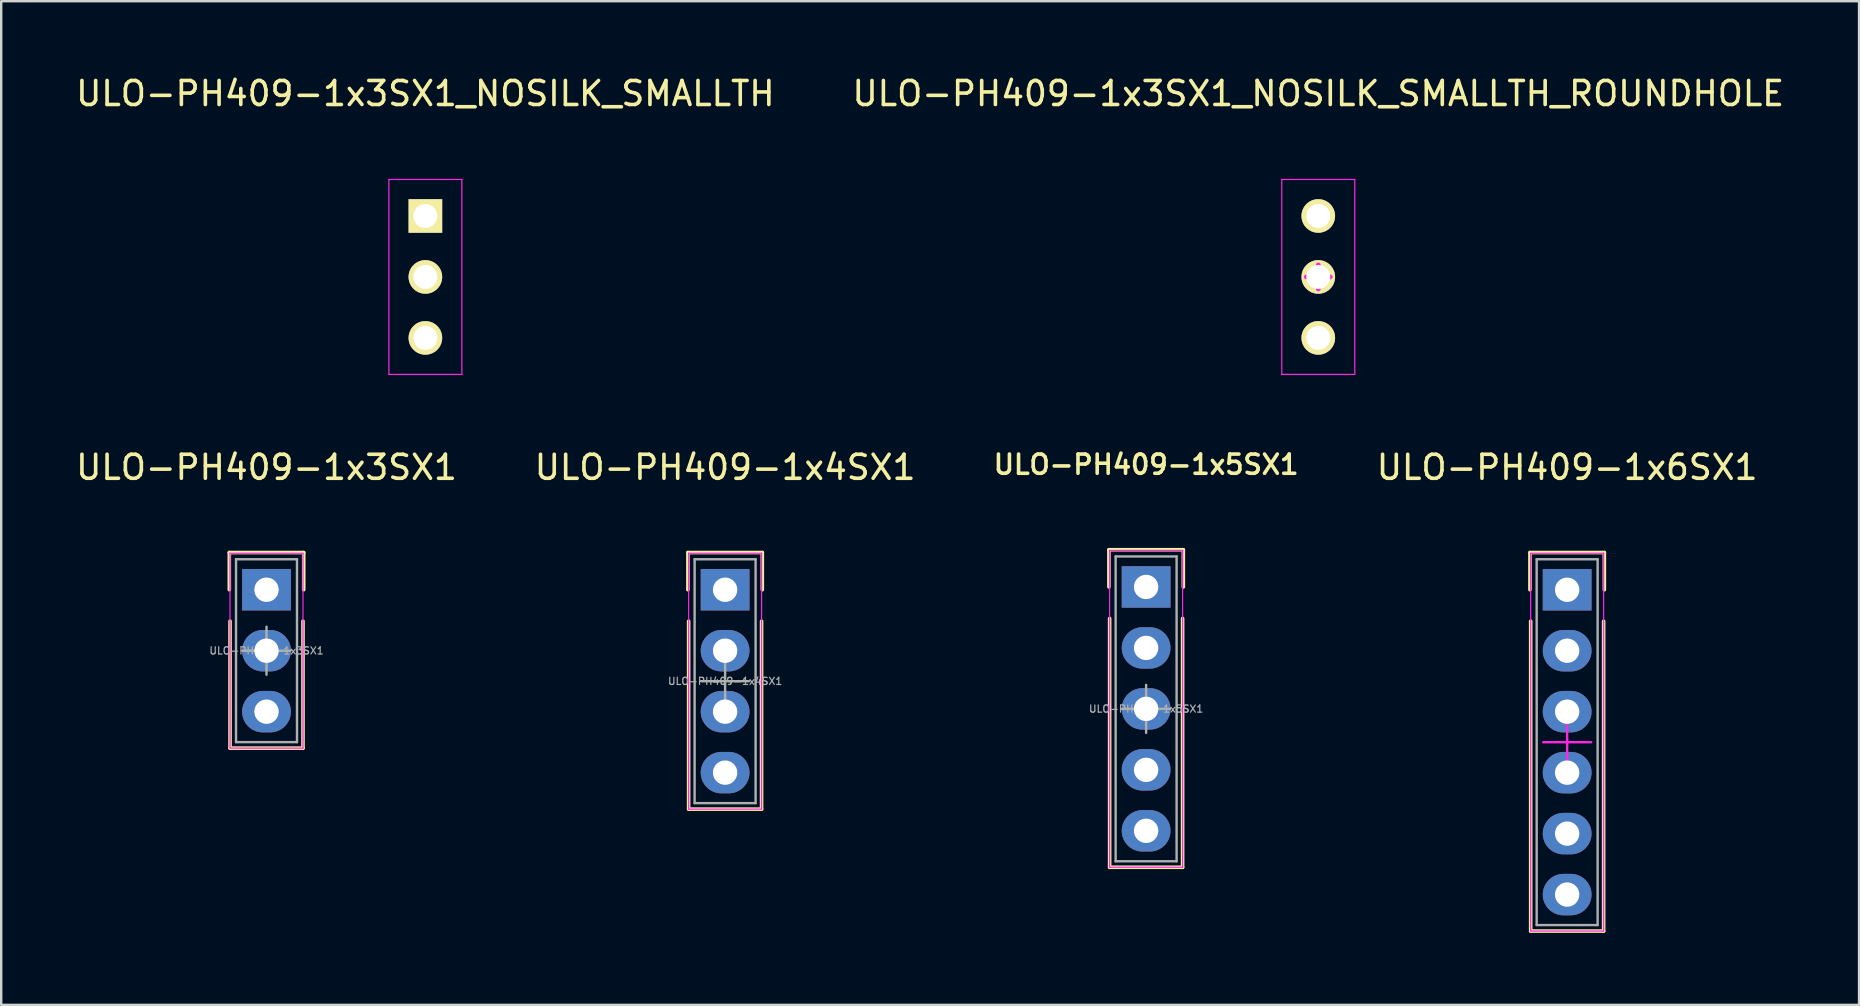
<source format=kicad_pcb>
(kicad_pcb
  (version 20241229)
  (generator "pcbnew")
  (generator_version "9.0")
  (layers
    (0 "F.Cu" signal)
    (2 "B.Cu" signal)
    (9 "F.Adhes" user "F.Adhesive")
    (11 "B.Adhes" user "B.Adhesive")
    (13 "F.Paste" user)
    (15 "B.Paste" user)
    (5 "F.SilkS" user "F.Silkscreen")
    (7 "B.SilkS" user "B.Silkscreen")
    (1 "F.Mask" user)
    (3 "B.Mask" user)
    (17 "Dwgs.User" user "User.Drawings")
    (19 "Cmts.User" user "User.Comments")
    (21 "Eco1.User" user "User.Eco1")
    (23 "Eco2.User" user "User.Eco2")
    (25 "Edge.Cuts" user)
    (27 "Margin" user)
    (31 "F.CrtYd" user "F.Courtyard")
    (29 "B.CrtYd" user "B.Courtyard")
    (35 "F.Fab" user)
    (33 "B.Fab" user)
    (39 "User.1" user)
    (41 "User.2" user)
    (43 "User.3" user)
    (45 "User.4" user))
  (footprint "ULO-PH409-1x5SX1"
    (layer "F.Cu")
    (at 44.702 26.485)
    (property "Reference" "ULO-PH409-1x5SX1" (at 0 -10.18 0) (layer "F.SilkS") (effects (font (size 0.8 0.8) (thickness 0.15))))
    (attr through_hole)
    (fp_line (start -1.55 -6.63) (end 1.55 -6.63) (stroke (width 0.15) (type solid)) (layer "F.SilkS"))
    (fp_line (start -1.55 -5.08) (end -1.55 -6.63) (stroke (width 0.15) (type solid)) (layer "F.SilkS"))
    (fp_line (start -1.52 -3.77) (end -1.52 6.6) (stroke (width 0.15) (type solid)) (layer "F.SilkS"))
    (fp_line (start 1.52 -3.77) (end 1.52 6.6) (stroke (width 0.15) (type solid)) (layer "F.SilkS"))
    (fp_line (start 1.52 6.6) (end -1.52 6.6) (stroke (width 0.15) (type solid)) (layer "F.SilkS"))
    (fp_line (start 1.55 -6.63) (end 1.55 -5.08) (stroke (width 0.15) (type solid)) (layer "F.SilkS"))
    (fp_line (start -1.52 -6.6) (end -1.52 6.6) (stroke (width 0.05) (type solid)) (layer "F.CrtYd"))
    (fp_line (start -1.52 -6.6) (end 1.52 -6.6) (stroke (width 0.05) (type solid)) (layer "F.CrtYd"))
    (fp_line (start -1.52 6.6) (end 1.52 6.6) (stroke (width 0.05) (type solid)) (layer "F.CrtYd"))
    (fp_line (start 1.52 -6.6) (end 1.52 6.6) (stroke (width 0.05) (type solid)) (layer "F.CrtYd"))
    (fp_line (start -1.27 -6.35) (end 1.27 -6.35) (stroke (width 0.1) (type solid)) (layer "F.Fab"))
    (fp_line (start -1.27 6.35) (end -1.27 -6.35) (stroke (width 0.1) (type solid)) (layer "F.Fab"))
    (fp_line (start -1 0) (end 1 0) (stroke (width 0.1) (type solid)) (layer "F.Fab"))
    (fp_line (start 0 -1) (end 0 1) (stroke (width 0.1) (type solid)) (layer "F.Fab"))
    (fp_line (start 1.27 -6.35) (end 1.27 6.35) (stroke (width 0.1) (type solid)) (layer "F.Fab"))
    (fp_line (start 1.27 6.35) (end -1.27 6.35) (stroke (width 0.1) (type solid)) (layer "F.Fab"))
    (fp_text user "${REFERENCE}" (at 0 0 0) (layer "F.Fab") (effects (font (size 0.3 0.3) (thickness 0.05))))
    (pad "1" thru_hole rect (at 0 -5.08) (size 2.032 1.727) (drill 1.016) (layers "*.Cu" "*.Mask"))
    (pad "2" thru_hole oval (at 0 -2.54) (size 2.032 1.727) (drill 1.016) (layers "*.Cu" "*.Mask"))
    (pad "3" thru_hole oval (at 0 0) (size 2.032 1.727) (drill 1.016) (layers "*.Cu" "*.Mask"))
    (pad "4" thru_hole oval (at 0 2.54) (size 2.032 1.727) (drill 1.016) (layers "*.Cu" "*.Mask"))
    (pad "5" thru_hole oval (at 0 5.08) (size 2.032 1.727) (drill 1.016) (layers "*.Cu" "*.Mask")))
  (footprint "ULO-PH409-1x4SX1"
    (layer "F.Cu")
    (at 27.161 25.331)
    (property "Reference" "ULO-PH409-1x4SX1" (at 0 -8.91 0) (layer "F.SilkS") (effects (font (size 1 1) (thickness 0.15))))
    (attr through_hole)
    (fp_line (start -1.55 -5.36) (end 1.55 -5.36) (stroke (width 0.15) (type solid)) (layer "F.SilkS"))
    (fp_line (start -1.55 -3.81) (end -1.55 -5.36) (stroke (width 0.15) (type solid)) (layer "F.SilkS"))
    (fp_line (start -1.52 -2.5) (end -1.52 5.33) (stroke (width 0.15) (type solid)) (layer "F.SilkS"))
    (fp_line (start 1.52 -2.5) (end 1.52 5.33) (stroke (width 0.15) (type solid)) (layer "F.SilkS"))
    (fp_line (start 1.52 5.33) (end -1.52 5.33) (stroke (width 0.15) (type solid)) (layer "F.SilkS"))
    (fp_line (start 1.55 -5.36) (end 1.55 -3.81) (stroke (width 0.15) (type solid)) (layer "F.SilkS"))
    (fp_line (start -1.52 -5.33) (end -1.52 5.33) (stroke (width 0.05) (type solid)) (layer "F.CrtYd"))
    (fp_line (start -1.52 -5.33) (end 1.52 -5.33) (stroke (width 0.05) (type solid)) (layer "F.CrtYd"))
    (fp_line (start -1.52 5.33) (end 1.52 5.33) (stroke (width 0.05) (type solid)) (layer "F.CrtYd"))
    (fp_line (start 1.52 -5.33) (end 1.52 5.33) (stroke (width 0.05) (type solid)) (layer "F.CrtYd"))
    (fp_line (start -1.27 -5.08) (end 1.27 -5.08) (stroke (width 0.1) (type solid)) (layer "F.Fab"))
    (fp_line (start -1.27 5.08) (end -1.27 -5.08) (stroke (width 0.1) (type solid)) (layer "F.Fab"))
    (fp_line (start -1 0) (end 1 0) (stroke (width 0.1) (type solid)) (layer "F.Fab"))
    (fp_line (start 0 -1) (end 0 1) (stroke (width 0.1) (type solid)) (layer "F.Fab"))
    (fp_line (start 1.27 -5.08) (end 1.27 5.08) (stroke (width 0.1) (type solid)) (layer "F.Fab"))
    (fp_line (start 1.27 5.08) (end -1.27 5.08) (stroke (width 0.1) (type solid)) (layer "F.Fab"))
    (fp_text user "${REFERENCE}" (at 0 0 0) (layer "F.Fab") (effects (font (size 0.3 0.3) (thickness 0.05))))
    (pad "1" thru_hole rect (at 0 -3.81) (size 2.032 1.727) (drill 1.016) (layers "*.Cu" "*.Mask"))
    (pad "2" thru_hole oval (at 0 -1.27) (size 2.032 1.727) (drill 1.016) (layers "*.Cu" "*.Mask"))
    (pad "3" thru_hole oval (at 0 1.27) (size 2.032 1.727) (drill 1.016) (layers "*.Cu" "*.Mask"))
    (pad "4" thru_hole oval (at 0 3.81) (size 2.032 1.727) (drill 1.016) (layers "*.Cu" "*.Mask")))
  (footprint "ULO-PH409-1x6SX1"
    (layer "F.Cu")
    (at 62.244 27.872)
    (property "Reference" "ULO-PH409-1x6SX1" (at 0 -11.45 0) (layer "F.SilkS") (effects (font (size 1 1) (thickness 0.15))))
    (attr through_hole)
    (fp_line (start -1.55 -7.9) (end 1.55 -7.9) (stroke (width 0.15) (type solid)) (layer "F.SilkS"))
    (fp_line (start -1.55 -6.35) (end -1.55 -7.9) (stroke (width 0.15) (type solid)) (layer "F.SilkS"))
    (fp_line (start -1.52 -5.04) (end -1.52 7.87) (stroke (width 0.15) (type solid)) (layer "F.SilkS"))
    (fp_line (start 1.52 -5.04) (end 1.52 7.87) (stroke (width 0.15) (type solid)) (layer "F.SilkS"))
    (fp_line (start 1.52 7.87) (end -1.52 7.87) (stroke (width 0.15) (type solid)) (layer "F.SilkS"))
    (fp_line (start 1.55 -7.9) (end 1.55 -6.35) (stroke (width 0.15) (type solid)) (layer "F.SilkS"))
    (fp_line (start -1.52 -7.87) (end -1.52 7.87) (stroke (width 0.05) (type solid)) (layer "F.CrtYd"))
    (fp_line (start -1.52 -7.87) (end 1.52 -7.87) (stroke (width 0.05) (type solid)) (layer "F.CrtYd"))
    (fp_line (start -1.52 7.87) (end 1.52 7.87) (stroke (width 0.05) (type solid)) (layer "F.CrtYd"))
    (fp_line (start -1 0) (end 1 0) (stroke (width 0.1) (type solid)) (layer "F.CrtYd"))
    (fp_line (start 0 -1) (end 0 1) (stroke (width 0.1) (type solid)) (layer "F.CrtYd"))
    (fp_line (start 1.52 -7.87) (end 1.52 7.87) (stroke (width 0.05) (type solid)) (layer "F.CrtYd"))
    (fp_line (start -1.27 -7.62) (end 1.27 -7.62) (stroke (width 0.1) (type solid)) (layer "F.Fab"))
    (fp_line (start -1.27 7.62) (end -1.27 -7.62) (stroke (width 0.1) (type solid)) (layer "F.Fab"))
    (fp_line (start 1.27 -7.62) (end 1.27 7.62) (stroke (width 0.1) (type solid)) (layer "F.Fab"))
    (fp_line (start 1.27 7.62) (end -1.27 7.62) (stroke (width 0.1) (type solid)) (layer "F.Fab"))
    (pad "1" thru_hole rect (at 0 -6.35) (size 2.032 1.727) (drill 1.016) (layers "*.Cu" "*.Mask"))
    (pad "2" thru_hole oval (at 0 -3.81) (size 2.032 1.727) (drill 1.016) (layers "*.Cu" "*.Mask"))
    (pad "3" thru_hole oval (at 0 -1.27) (size 2.032 1.727) (drill 1.016) (layers "*.Cu" "*.Mask"))
    (pad "4" thru_hole oval (at 0 1.27) (size 2.032 1.727) (drill 1.016) (layers "*.Cu" "*.Mask"))
    (pad "5" thru_hole oval (at 0 3.81) (size 2.032 1.727) (drill 1.016) (layers "*.Cu" "*.Mask"))
    (pad "6" thru_hole oval (at 0 6.35) (size 2.032 1.727) (drill 1.016) (layers "*.Cu" "*.Mask")))
  (footprint "ULO-PH409-1x3SX1_NOSILK_SMALLTH"
    (layer "F.Cu")
    (at 14.673 8.488)
    (property "Reference" "ULO-PH409-1x3SX1_NOSILK_SMALLTH" (at 0 -7.64 0) (layer "F.SilkS") (effects (font (size 1 1) (thickness 0.15))))
    (attr through_hole)
    (fp_line (start -1.52 -4.06) (end -1.52 4.06) (stroke (width 0.05) (type solid)) (layer "F.CrtYd"))
    (fp_line (start -1.52 -4.06) (end 1.52 -4.06) (stroke (width 0.05) (type solid)) (layer "F.CrtYd"))
    (fp_line (start -1.52 4.06) (end 1.52 4.06) (stroke (width 0.05) (type solid)) (layer "F.CrtYd"))
    (fp_line (start 1.52 -4.06) (end 1.52 4.06) (stroke (width 0.05) (type solid)) (layer "F.CrtYd"))
    (pad "1" thru_hole rect (at 0 -2.54) (size 1.4 1.4) (drill 1) (layers "*.Cu" "*.Mask" "F.SilkS"))
    (pad "2" thru_hole oval (at 0 0) (size 1.4 1.4) (drill 1) (layers "*.Cu" "*.Mask" "F.SilkS"))
    (pad "3" thru_hole oval (at 0 2.54) (size 1.4 1.4) (drill 1) (layers "*.Cu" "*.Mask" "F.SilkS")))
  (footprint "ULO-PH409-1x3SX1_NOSILK_SMALLTH_ROUNDHOLE"
    (layer "F.Cu")
    (at 51.875 8.488)
    (property "Reference" "ULO-PH409-1x3SX1_NOSILK_SMALLTH_ROUNDHOLE" (at 0 -7.64 0) (layer "F.SilkS") (effects (font (size 1 1) (thickness 0.15))))
    (attr through_hole)
    (fp_line (start -1.52 -4.06) (end -1.52 4.06) (stroke (width 0.05) (type solid)) (layer "F.CrtYd"))
    (fp_line (start -1.52 -4.06) (end 1.52 -4.06) (stroke (width 0.05) (type solid)) (layer "F.CrtYd"))
    (fp_line (start -1.52 4.06) (end 1.52 4.06) (stroke (width 0.05) (type solid)) (layer "F.CrtYd"))
    (fp_line (start -0.5 0) (end 0.5 0) (stroke (width 0.2) (type solid)) (layer "F.CrtYd"))
    (fp_line (start 0 -0.5) (end 0 0.5) (stroke (width 0.2) (type solid)) (layer "F.CrtYd"))
    (fp_line (start 1.52 -4.06) (end 1.52 4.06) (stroke (width 0.05) (type solid)) (layer "F.CrtYd"))
    (pad "1" thru_hole circle (at 0 -2.54) (size 1.4 1.4) (drill 1) (layers "*.Cu" "*.Mask" "F.SilkS"))
    (pad "2" thru_hole oval (at 0 0) (size 1.4 1.4) (drill 1) (layers "*.Cu" "*.Mask" "F.SilkS"))
    (pad "3" thru_hole oval (at 0 2.54) (size 1.4 1.4) (drill 1) (layers "*.Cu" "*.Mask" "F.SilkS")))
  (footprint "ULO-PH409-1x3SX1"
    (layer "F.Cu")
    (at 8.054 24.061)
    (property "Reference" "ULO-PH409-1x3SX1" (at 0 -7.64 0) (layer "F.SilkS") (effects (font (size 1 1) (thickness 0.15))))
    (attr through_hole)
    (fp_line (start -1.55 -4.09) (end 1.55 -4.09) (stroke (width 0.15) (type solid)) (layer "F.SilkS"))
    (fp_line (start -1.55 -2.54) (end -1.55 -4.09) (stroke (width 0.15) (type solid)) (layer "F.SilkS"))
    (fp_line (start -1.52 -1.23) (end -1.52 4.06) (stroke (width 0.15) (type solid)) (layer "F.SilkS"))
    (fp_line (start 1.52 -1.23) (end 1.52 4.06) (stroke (width 0.15) (type solid)) (layer "F.SilkS"))
    (fp_line (start 1.52 4.06) (end -1.52 4.06) (stroke (width 0.15) (type solid)) (layer "F.SilkS"))
    (fp_line (start 1.55 -4.09) (end 1.55 -2.54) (stroke (width 0.15) (type solid)) (layer "F.SilkS"))
    (fp_line (start -1.52 -4.06) (end -1.52 4.06) (stroke (width 0.05) (type solid)) (layer "F.CrtYd"))
    (fp_line (start -1.52 -4.06) (end 1.52 -4.06) (stroke (width 0.05) (type solid)) (layer "F.CrtYd"))
    (fp_line (start -1.52 4.06) (end 1.52 4.06) (stroke (width 0.05) (type solid)) (layer "F.CrtYd"))
    (fp_line (start 1.52 -4.06) (end 1.52 4.06) (stroke (width 0.05) (type solid)) (layer "F.CrtYd"))
    (fp_line (start -1.27 -3.81) (end 1.27 -3.81) (stroke (width 0.1) (type solid)) (layer "F.Fab"))
    (fp_line (start -1.27 3.81) (end -1.27 -3.81) (stroke (width 0.1) (type solid)) (layer "F.Fab"))
    (fp_line (start -1 0) (end 1 0) (stroke (width 0.1) (type solid)) (layer "F.Fab"))
    (fp_line (start 0 -1) (end 0 1) (stroke (width 0.1) (type solid)) (layer "F.Fab"))
    (fp_line (start 1.27 -3.81) (end 1.27 3.81) (stroke (width 0.1) (type solid)) (layer "F.Fab"))
    (fp_line (start 1.27 3.81) (end -1.27 3.81) (stroke (width 0.1) (type solid)) (layer "F.Fab"))
    (fp_text user "${REFERENCE}" (at 0 0 0) (layer "F.Fab") (effects (font (size 0.3 0.3) (thickness 0.05))))
    (pad "1" thru_hole rect (at 0 -2.54) (size 2.032 1.727) (drill 1.016) (layers "*.Cu" "*.Mask"))
    (pad "2" thru_hole oval (at 0 0) (size 2.032 1.727) (drill 1.016) (layers "*.Cu" "*.Mask"))
    (pad "3" thru_hole oval (at 0 2.54) (size 2.032 1.727) (drill 1.016) (layers "*.Cu" "*.Mask")))
  (gr_rect
    (start -3 -3)
    (end 74.405 38.816)
    (stroke (width 0.1) (type default))
    (fill no)
    (layer "Edge.Cuts")))
</source>
